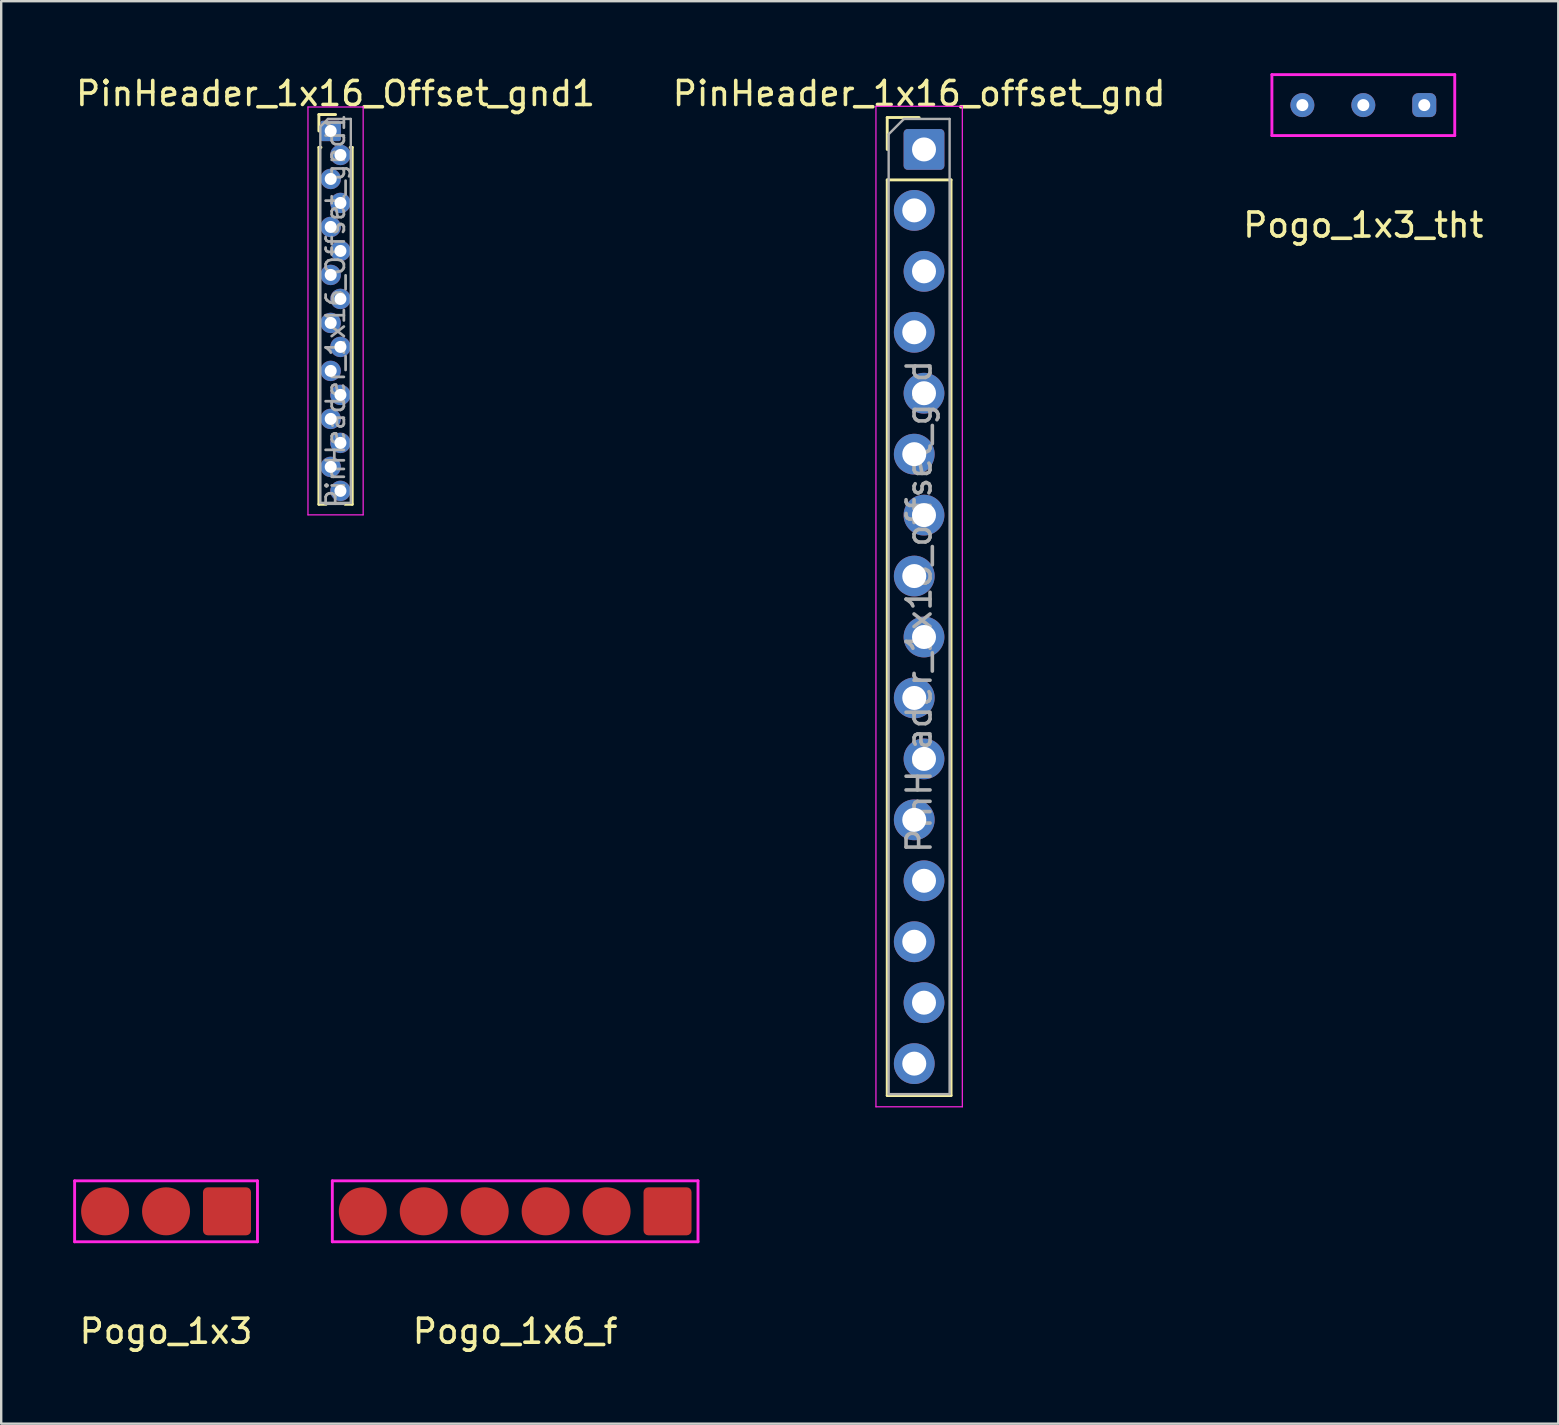
<source format=kicad_pcb>
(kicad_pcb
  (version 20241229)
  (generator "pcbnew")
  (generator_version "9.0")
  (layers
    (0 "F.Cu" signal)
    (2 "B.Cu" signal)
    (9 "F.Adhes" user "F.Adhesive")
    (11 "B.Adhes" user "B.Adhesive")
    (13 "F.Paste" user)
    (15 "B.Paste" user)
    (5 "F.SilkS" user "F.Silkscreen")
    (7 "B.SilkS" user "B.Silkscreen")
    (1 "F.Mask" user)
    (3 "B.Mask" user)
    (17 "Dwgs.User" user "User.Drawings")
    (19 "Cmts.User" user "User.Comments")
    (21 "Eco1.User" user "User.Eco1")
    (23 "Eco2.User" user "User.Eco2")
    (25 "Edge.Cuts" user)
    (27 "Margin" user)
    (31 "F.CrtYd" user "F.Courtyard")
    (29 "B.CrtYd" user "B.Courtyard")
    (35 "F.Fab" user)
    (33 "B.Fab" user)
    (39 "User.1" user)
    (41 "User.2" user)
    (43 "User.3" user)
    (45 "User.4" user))
  (footprint "PinHeader_1x16_offset_gnd"
    (layer "F.Cu")
    (at 35.256 3.178)
    (property "Reference" "PinHeader_1x16_offset_gnd" (at 0 -2.33 0) (layer "F.SilkS") (effects (font (size 1 1) (thickness 0.15))))
    (attr through_hole)
    (fp_line (start -1.33 -1.33) (end 0 -1.33) (stroke (width 0.12) (type solid)) (layer "F.SilkS"))
    (fp_line (start -1.33 0) (end -1.33 -1.33) (stroke (width 0.12) (type solid)) (layer "F.SilkS"))
    (fp_line (start -1.33 1.27) (end -1.33 39.43) (stroke (width 0.12) (type solid)) (layer "F.SilkS"))
    (fp_line (start -1.33 1.27) (end 1.33 1.27) (stroke (width 0.12) (type solid)) (layer "F.SilkS"))
    (fp_line (start -1.33 39.43) (end 1.33 39.43) (stroke (width 0.12) (type solid)) (layer "F.SilkS"))
    (fp_line (start 1.33 1.27) (end 1.33 39.43) (stroke (width 0.12) (type solid)) (layer "F.SilkS"))
    (fp_line (start -1.8 -1.8) (end -1.8 39.9) (stroke (width 0.05) (type solid)) (layer "F.CrtYd"))
    (fp_line (start -1.8 39.9) (end 1.8 39.9) (stroke (width 0.05) (type solid)) (layer "F.CrtYd"))
    (fp_line (start 1.8 -1.8) (end -1.8 -1.8) (stroke (width 0.05) (type solid)) (layer "F.CrtYd"))
    (fp_line (start 1.8 39.9) (end 1.8 -1.8) (stroke (width 0.05) (type solid)) (layer "F.CrtYd"))
    (fp_line (start -1.27 -0.635) (end -0.635 -1.27) (stroke (width 0.1) (type solid)) (layer "F.Fab"))
    (fp_line (start -1.27 39.37) (end -1.27 -0.635) (stroke (width 0.1) (type solid)) (layer "F.Fab"))
    (fp_line (start -0.635 -1.27) (end 1.27 -1.27) (stroke (width 0.1) (type solid)) (layer "F.Fab"))
    (fp_line (start 1.27 -1.27) (end 1.27 39.37) (stroke (width 0.1) (type solid)) (layer "F.Fab"))
    (fp_line (start 1.27 39.37) (end -1.27 39.37) (stroke (width 0.1) (type solid)) (layer "F.Fab"))
    (fp_text user "${REFERENCE}" (at 0 19.05 90) (layer "F.Fab") (effects (font (size 1 1) (thickness 0.15))))
    (pad "1" thru_hole roundrect (at 0.203 0) (size 1.7 1.7) (drill 1) (layers "*.Cu" "*.Mask") (roundrect_rratio 0.1))
    (pad "2" thru_hole oval (at -0.203 2.54) (size 1.7 1.7) (drill 1) (layers "*.Cu" "*.Mask"))
    (pad "3" thru_hole oval (at 0.203 5.08) (size 1.7 1.7) (drill 1) (layers "*.Cu" "*.Mask"))
    (pad "4" thru_hole oval (at -0.203 7.62) (size 1.7 1.7) (drill 1) (layers "*.Cu" "*.Mask"))
    (pad "5" thru_hole oval (at 0.203 10.16) (size 1.7 1.7) (drill 1) (layers "*.Cu" "*.Mask"))
    (pad "6" thru_hole oval (at -0.203 12.7) (size 1.7 1.7) (drill 1) (layers "*.Cu" "*.Mask"))
    (pad "7" thru_hole oval (at 0.203 15.24) (size 1.7 1.7) (drill 1) (layers "*.Cu" "*.Mask"))
    (pad "8" thru_hole oval (at -0.203 17.78) (size 1.7 1.7) (drill 1) (layers "*.Cu" "*.Mask"))
    (pad "9" thru_hole oval (at 0.203 20.32) (size 1.7 1.7) (drill 1) (layers "*.Cu" "*.Mask"))
    (pad "10" thru_hole oval (at -0.203 22.86) (size 1.7 1.7) (drill 1) (layers "*.Cu" "*.Mask"))
    (pad "11" thru_hole oval (at 0.203 25.4) (size 1.7 1.7) (drill 1) (layers "*.Cu" "*.Mask"))
    (pad "12" thru_hole oval (at -0.203 27.94) (size 1.7 1.7) (drill 1) (layers "*.Cu" "*.Mask"))
    (pad "13" thru_hole oval (at 0.203 30.48) (size 1.7 1.7) (drill 1) (layers "*.Cu" "*.Mask"))
    (pad "14" thru_hole oval (at -0.203 33.02) (size 1.7 1.7) (drill 1) (layers "*.Cu" "*.Mask"))
    (pad "15" thru_hole oval (at 0.203 35.56) (size 1.7 1.7) (drill 1) (layers "*.Cu" "*.Mask"))
    (pad "16" thru_hole oval (at -0.203 38.1) (size 1.7 1.7) (drill 1) (layers "*.Cu" "*.Mask")))
  (footprint "Pogo_1x3"
    (layer "F.Cu")
    (at 3.87 47.433)
    (property "Reference" "Pogo_1x3" (at 0 5 0) (layer "F.SilkS") (effects (font (size 1 1) (thickness 0.15))))
    (attr through_hole)
    (fp_line (start -3.81 -1.27) (end -3.81 1.27) (stroke (width 0.12) (type solid)) (layer "F.CrtYd"))
    (fp_line (start -3.81 1.27) (end 3.81 1.27) (stroke (width 0.12) (type solid)) (layer "F.CrtYd"))
    (fp_line (start 3.81 -1.27) (end -3.81 -1.27) (stroke (width 0.12) (type solid)) (layer "F.CrtYd"))
    (fp_line (start 3.81 1.27) (end 3.81 -1.27) (stroke (width 0.12) (type solid)) (layer "F.CrtYd"))
    (pad "1" smd circle (at -2.54 0) (size 2 2) (layers "F.Cu" "F.Mask" "F.Paste"))
    (pad "2" smd circle (at 0 0) (size 2 2) (layers "F.Cu" "F.Mask" "F.Paste"))
    (pad "3" smd roundrect (at 2.54 0) (size 2 2) (layers "F.Cu" "F.Mask" "F.Paste") (roundrect_rratio 0.1)))
  (footprint "PinHeader_1x16_Offset_gnd1"
    (layer "F.Cu")
    (at 10.935 2.408)
    (property "Reference" "PinHeader_1x16_Offset_gnd1" (at 0 -1.56 0) (layer "F.SilkS") (effects (font (size 1 1) (thickness 0.15))))
    (attr through_hole)
    (fp_line (start -0.695 -0.685) (end 0 -0.685) (stroke (width 0.12) (type solid)) (layer "F.SilkS"))
    (fp_line (start -0.695 0) (end -0.695 -0.685) (stroke (width 0.12) (type solid)) (layer "F.SilkS"))
    (fp_line (start -0.695 0.685) (end -0.695 15.56) (stroke (width 0.12) (type solid)) (layer "F.SilkS"))
    (fp_line (start -0.695 0.685) (end -0.608 0.685) (stroke (width 0.12) (type solid)) (layer "F.SilkS"))
    (fp_line (start -0.695 15.56) (end -0.394 15.56) (stroke (width 0.12) (type solid)) (layer "F.SilkS"))
    (fp_line (start 0.394 15.56) (end 0.695 15.56) (stroke (width 0.12) (type solid)) (layer "F.SilkS"))
    (fp_line (start 0.608 0.685) (end 0.695 0.685) (stroke (width 0.12) (type solid)) (layer "F.SilkS"))
    (fp_line (start 0.695 0.685) (end 0.695 15.56) (stroke (width 0.12) (type solid)) (layer "F.SilkS"))
    (fp_line (start -1.15 -1) (end -1.15 16) (stroke (width 0.05) (type solid)) (layer "F.CrtYd"))
    (fp_line (start -1.15 16) (end 1.15 16) (stroke (width 0.05) (type solid)) (layer "F.CrtYd"))
    (fp_line (start 1.15 -1) (end -1.15 -1) (stroke (width 0.05) (type solid)) (layer "F.CrtYd"))
    (fp_line (start 1.15 16) (end 1.15 -1) (stroke (width 0.05) (type solid)) (layer "F.CrtYd"))
    (fp_line (start -0.635 -0.182) (end -0.318 -0.5) (stroke (width 0.1) (type solid)) (layer "F.Fab"))
    (fp_line (start -0.635 15.5) (end -0.635 -0.182) (stroke (width 0.1) (type solid)) (layer "F.Fab"))
    (fp_line (start -0.318 -0.5) (end 0.635 -0.5) (stroke (width 0.1) (type solid)) (layer "F.Fab"))
    (fp_line (start 0.635 -0.5) (end 0.635 15.5) (stroke (width 0.1) (type solid)) (layer "F.Fab"))
    (fp_line (start 0.635 15.5) (end -0.635 15.5) (stroke (width 0.1) (type solid)) (layer "F.Fab"))
    (fp_text user "${REFERENCE}" (at 0 7.5 90) (layer "F.Fab") (effects (font (size 0.76 0.76) (thickness 0.114))))
    (pad "1" thru_hole roundrect (at -0.203 0) (size 0.85 0.85) (drill 0.5) (layers "*.Cu" "*.Mask") (roundrect_rratio 0.1))
    (pad "2" thru_hole oval (at 0.203 1) (size 0.85 0.85) (drill 0.5) (layers "*.Cu" "*.Mask"))
    (pad "3" thru_hole oval (at -0.203 2) (size 0.85 0.85) (drill 0.5) (layers "*.Cu" "*.Mask"))
    (pad "4" thru_hole oval (at 0.203 3) (size 0.85 0.85) (drill 0.5) (layers "*.Cu" "*.Mask"))
    (pad "5" thru_hole oval (at -0.203 4) (size 0.85 0.85) (drill 0.5) (layers "*.Cu" "*.Mask"))
    (pad "6" thru_hole oval (at 0.203 5) (size 0.85 0.85) (drill 0.5) (layers "*.Cu" "*.Mask"))
    (pad "7" thru_hole oval (at -0.203 6) (size 0.85 0.85) (drill 0.5) (layers "*.Cu" "*.Mask"))
    (pad "8" thru_hole oval (at 0.203 7) (size 0.85 0.85) (drill 0.5) (layers "*.Cu" "*.Mask"))
    (pad "9" thru_hole oval (at -0.203 8) (size 0.85 0.85) (drill 0.5) (layers "*.Cu" "*.Mask"))
    (pad "10" thru_hole oval (at 0.203 9) (size 0.85 0.85) (drill 0.5) (layers "*.Cu" "*.Mask"))
    (pad "11" thru_hole oval (at -0.203 10) (size 0.85 0.85) (drill 0.5) (layers "*.Cu" "*.Mask"))
    (pad "12" thru_hole oval (at 0.203 11) (size 0.85 0.85) (drill 0.5) (layers "*.Cu" "*.Mask"))
    (pad "13" thru_hole oval (at -0.203 12) (size 0.85 0.85) (drill 0.5) (layers "*.Cu" "*.Mask"))
    (pad "14" thru_hole oval (at 0.203 13) (size 0.85 0.85) (drill 0.5) (layers "*.Cu" "*.Mask"))
    (pad "15" thru_hole oval (at -0.203 14) (size 0.85 0.85) (drill 0.5) (layers "*.Cu" "*.Mask"))
    (pad "16" thru_hole oval (at 0.203 15) (size 0.85 0.85) (drill 0.5) (layers "*.Cu" "*.Mask")))
  (footprint "Pogo_1x6_f"
    (layer "F.Cu")
    (at 18.42 47.433)
    (property "Reference" "Pogo_1x6_f" (at 0 5 0) (layer "F.SilkS") (effects (font (size 1 1) (thickness 0.15))))
    (attr through_hole)
    (fp_line (start -7.62 -1.27) (end -7.62 1.27) (stroke (width 0.12) (type solid)) (layer "F.CrtYd"))
    (fp_line (start -7.62 1.27) (end 7.62 1.27) (stroke (width 0.12) (type solid)) (layer "F.CrtYd"))
    (fp_line (start 7.62 -1.27) (end -7.62 -1.27) (stroke (width 0.12) (type solid)) (layer "F.CrtYd"))
    (fp_line (start 7.62 1.27) (end 7.62 -1.27) (stroke (width 0.12) (type solid)) (layer "F.CrtYd"))
    (pad "1" smd circle (at -6.35 0) (size 2 2) (layers "F.Cu" "F.Mask" "F.Paste"))
    (pad "2" smd circle (at -3.81 0) (size 2 2) (layers "F.Cu" "F.Mask" "F.Paste"))
    (pad "3" smd circle (at -1.27 0) (size 2 2) (layers "F.Cu" "F.Mask" "F.Paste"))
    (pad "4" smd circle (at 1.27 0) (size 2 2) (layers "F.Cu" "F.Mask" "F.Paste"))
    (pad "5" smd circle (at 3.81 0) (size 2 2) (layers "F.Cu" "F.Mask" "F.Paste"))
    (pad "6" smd roundrect (at 6.35 0) (size 2 2) (layers "F.Cu" "F.Mask" "F.Paste") (roundrect_rratio 0.1)))
  (footprint "Pogo_1x3_tht"
    (layer "F.Cu")
    (at 53.768 1.33)
    (property "Reference" "Pogo_1x3_tht" (at 0 5 0) (layer "F.SilkS") (effects (font (size 1 1) (thickness 0.15))))
    (attr through_hole)
    (fp_line (start -3.81 -1.27) (end -3.81 1.27) (stroke (width 0.12) (type solid)) (layer "F.CrtYd"))
    (fp_line (start -3.81 1.27) (end 3.81 1.27) (stroke (width 0.12) (type solid)) (layer "F.CrtYd"))
    (fp_line (start 3.81 -1.27) (end -3.81 -1.27) (stroke (width 0.12) (type solid)) (layer "F.CrtYd"))
    (fp_line (start 3.81 1.27) (end 3.81 -1.27) (stroke (width 0.12) (type solid)) (layer "F.CrtYd"))
    (pad "1" thru_hole circle (at -2.54 0) (size 1 1) (drill 0.5) (layers "*.Cu" "*.Mask"))
    (pad "2" thru_hole circle (at 0 0) (size 1 1) (drill 0.5) (layers "*.Cu" "*.Mask"))
    (pad "3" thru_hole roundrect (at 2.54 0) (size 1 1) (drill 0.5) (layers "*.Cu" "*.Mask") (roundrect_rratio 0.25)))
  (gr_rect
    (start -3 -3)
    (end 61.893 56.282)
    (stroke (width 0.1) (type default))
    (fill no)
    (layer "Edge.Cuts")))
</source>
